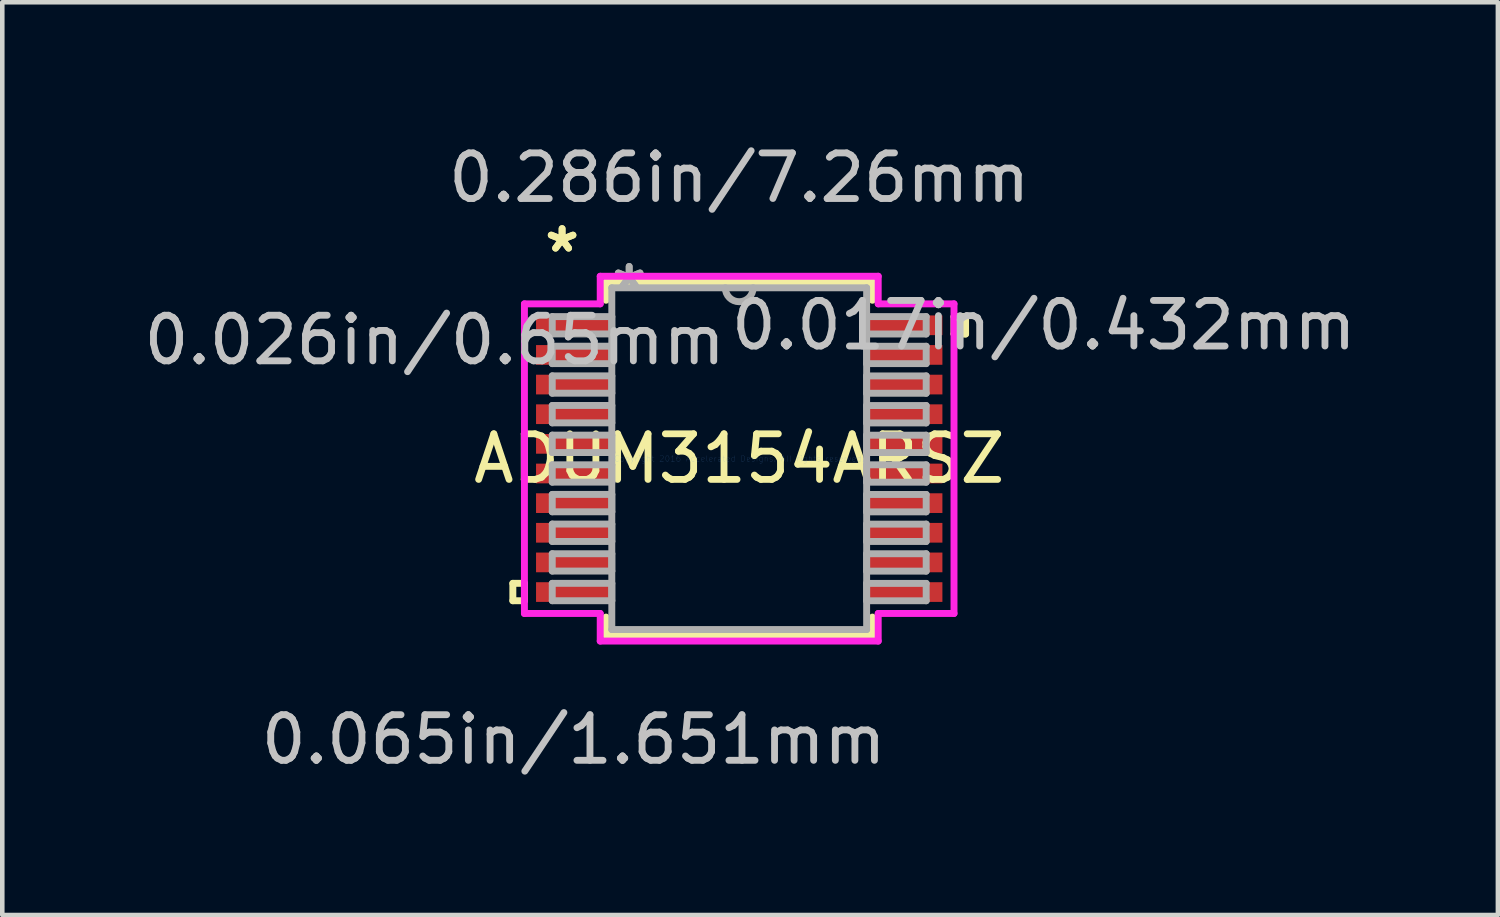
<source format=kicad_pcb>
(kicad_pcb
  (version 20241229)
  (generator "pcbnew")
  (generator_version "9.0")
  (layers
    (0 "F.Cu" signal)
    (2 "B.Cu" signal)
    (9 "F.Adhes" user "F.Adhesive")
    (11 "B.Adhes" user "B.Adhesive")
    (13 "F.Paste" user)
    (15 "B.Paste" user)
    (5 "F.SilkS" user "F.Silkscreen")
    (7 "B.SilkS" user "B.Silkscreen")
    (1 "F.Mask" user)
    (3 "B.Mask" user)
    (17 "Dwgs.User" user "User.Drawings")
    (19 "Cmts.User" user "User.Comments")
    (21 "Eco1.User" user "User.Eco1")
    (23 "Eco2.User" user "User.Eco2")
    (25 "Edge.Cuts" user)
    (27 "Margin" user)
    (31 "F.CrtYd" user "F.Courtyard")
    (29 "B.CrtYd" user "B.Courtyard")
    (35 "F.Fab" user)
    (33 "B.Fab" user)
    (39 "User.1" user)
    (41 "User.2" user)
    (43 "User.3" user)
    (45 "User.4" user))
  (footprint "ADUM3154ARSZ"
    (layer "F.Cu")
    (at 13.16 7.008)
    (property "Reference" "ADUM3154ARSZ" (at 0 0 0) (layer "F.SilkS") (effects (font (size 1 1) (thickness 0.15))))
    (attr through_hole)
    (fp_line (start -4.964 2.734) (end -4.964 3.115) (stroke (width 0.152) (type solid)) (layer "F.SilkS"))
    (fp_line (start -4.964 3.115) (end -4.71 3.115) (stroke (width 0.152) (type solid)) (layer "F.SilkS"))
    (fp_line (start -4.71 2.734) (end -4.964 2.734) (stroke (width 0.152) (type solid)) (layer "F.SilkS"))
    (fp_line (start -4.71 3.115) (end -4.71 2.734) (stroke (width 0.152) (type solid)) (layer "F.SilkS"))
    (fp_line (start -2.921 -3.873) (end -2.921 -3.474) (stroke (width 0.152) (type solid)) (layer "F.SilkS"))
    (fp_line (start -2.921 3.474) (end -2.921 3.873) (stroke (width 0.152) (type solid)) (layer "F.SilkS"))
    (fp_line (start -2.921 3.873) (end 2.921 3.873) (stroke (width 0.152) (type solid)) (layer "F.SilkS"))
    (fp_line (start 2.921 -3.873) (end -2.921 -3.873) (stroke (width 0.152) (type solid)) (layer "F.SilkS"))
    (fp_line (start 2.921 -3.474) (end 2.921 -3.873) (stroke (width 0.152) (type solid)) (layer "F.SilkS"))
    (fp_line (start 2.921 3.873) (end 2.921 3.474) (stroke (width 0.152) (type solid)) (layer "F.SilkS"))
    (fp_line (start 4.71 -3.115) (end 4.964 -3.115) (stroke (width 0.152) (type solid)) (layer "F.SilkS"))
    (fp_line (start 4.71 -2.734) (end 4.71 -3.115) (stroke (width 0.152) (type solid)) (layer "F.SilkS"))
    (fp_line (start 4.964 -3.115) (end 4.964 -2.734) (stroke (width 0.152) (type solid)) (layer "F.SilkS"))
    (fp_line (start 4.964 -2.734) (end 4.71 -2.734) (stroke (width 0.152) (type solid)) (layer "F.SilkS"))
    (fp_line (start -4.71 -3.395) (end -3.048 -3.395) (stroke (width 0.152) (type solid)) (layer "F.CrtYd"))
    (fp_line (start -4.71 3.395) (end -4.71 -3.395) (stroke (width 0.152) (type solid)) (layer "F.CrtYd"))
    (fp_line (start -3.048 -4) (end 3.048 -4) (stroke (width 0.152) (type solid)) (layer "F.CrtYd"))
    (fp_line (start -3.048 -3.395) (end -3.048 -4) (stroke (width 0.152) (type solid)) (layer "F.CrtYd"))
    (fp_line (start -3.048 3.395) (end -4.71 3.395) (stroke (width 0.152) (type solid)) (layer "F.CrtYd"))
    (fp_line (start -3.048 4) (end -3.048 3.395) (stroke (width 0.152) (type solid)) (layer "F.CrtYd"))
    (fp_line (start 3.048 -4) (end 3.048 -3.395) (stroke (width 0.152) (type solid)) (layer "F.CrtYd"))
    (fp_line (start 3.048 -3.395) (end 4.71 -3.395) (stroke (width 0.152) (type solid)) (layer "F.CrtYd"))
    (fp_line (start 3.048 3.395) (end 3.048 4) (stroke (width 0.152) (type solid)) (layer "F.CrtYd"))
    (fp_line (start 3.048 4) (end -3.048 4) (stroke (width 0.152) (type solid)) (layer "F.CrtYd"))
    (fp_line (start 4.71 -3.395) (end 4.71 3.395) (stroke (width 0.152) (type solid)) (layer "F.CrtYd"))
    (fp_line (start 4.71 3.395) (end 3.048 3.395) (stroke (width 0.152) (type solid)) (layer "F.CrtYd"))
    (fp_line (start -4.1 -3.116) (end -4.1 -2.735) (stroke (width 0.152) (type solid)) (layer "F.Fab"))
    (fp_line (start -4.1 -2.735) (end -2.794 -2.735) (stroke (width 0.152) (type solid)) (layer "F.Fab"))
    (fp_line (start -4.1 -2.466) (end -4.1 -2.084) (stroke (width 0.152) (type solid)) (layer "F.Fab"))
    (fp_line (start -4.1 -2.084) (end -2.794 -2.084) (stroke (width 0.152) (type solid)) (layer "F.Fab"))
    (fp_line (start -4.1 -1.816) (end -4.1 -1.435) (stroke (width 0.152) (type solid)) (layer "F.Fab"))
    (fp_line (start -4.1 -1.435) (end -2.794 -1.435) (stroke (width 0.152) (type solid)) (layer "F.Fab"))
    (fp_line (start -4.1 -1.166) (end -4.1 -0.785) (stroke (width 0.152) (type solid)) (layer "F.Fab"))
    (fp_line (start -4.1 -0.785) (end -2.794 -0.785) (stroke (width 0.152) (type solid)) (layer "F.Fab"))
    (fp_line (start -4.1 -0.516) (end -4.1 -0.135) (stroke (width 0.152) (type solid)) (layer "F.Fab"))
    (fp_line (start -4.1 -0.135) (end -2.794 -0.135) (stroke (width 0.152) (type solid)) (layer "F.Fab"))
    (fp_line (start -4.1 0.134) (end -4.1 0.515) (stroke (width 0.152) (type solid)) (layer "F.Fab"))
    (fp_line (start -4.1 0.515) (end -2.794 0.515) (stroke (width 0.152) (type solid)) (layer "F.Fab"))
    (fp_line (start -4.1 0.784) (end -4.1 1.165) (stroke (width 0.152) (type solid)) (layer "F.Fab"))
    (fp_line (start -4.1 1.165) (end -2.794 1.165) (stroke (width 0.152) (type solid)) (layer "F.Fab"))
    (fp_line (start -4.1 1.434) (end -4.1 1.815) (stroke (width 0.152) (type solid)) (layer "F.Fab"))
    (fp_line (start -4.1 1.815) (end -2.794 1.815) (stroke (width 0.152) (type solid)) (layer "F.Fab"))
    (fp_line (start -4.1 2.084) (end -4.1 2.465) (stroke (width 0.152) (type solid)) (layer "F.Fab"))
    (fp_line (start -4.1 2.465) (end -2.794 2.465) (stroke (width 0.152) (type solid)) (layer "F.Fab"))
    (fp_line (start -4.1 2.734) (end -4.1 3.115) (stroke (width 0.152) (type solid)) (layer "F.Fab"))
    (fp_line (start -4.1 3.115) (end -2.794 3.115) (stroke (width 0.152) (type solid)) (layer "F.Fab"))
    (fp_line (start -2.794 -3.747) (end -2.794 3.747) (stroke (width 0.152) (type solid)) (layer "F.Fab"))
    (fp_line (start -2.794 -3.116) (end -4.1 -3.116) (stroke (width 0.152) (type solid)) (layer "F.Fab"))
    (fp_line (start -2.794 -2.735) (end -2.794 -3.116) (stroke (width 0.152) (type solid)) (layer "F.Fab"))
    (fp_line (start -2.794 -2.466) (end -4.1 -2.466) (stroke (width 0.152) (type solid)) (layer "F.Fab"))
    (fp_line (start -2.794 -2.084) (end -2.794 -2.466) (stroke (width 0.152) (type solid)) (layer "F.Fab"))
    (fp_line (start -2.794 -1.816) (end -4.1 -1.816) (stroke (width 0.152) (type solid)) (layer "F.Fab"))
    (fp_line (start -2.794 -1.435) (end -2.794 -1.816) (stroke (width 0.152) (type solid)) (layer "F.Fab"))
    (fp_line (start -2.794 -1.166) (end -4.1 -1.166) (stroke (width 0.152) (type solid)) (layer "F.Fab"))
    (fp_line (start -2.794 -0.785) (end -2.794 -1.166) (stroke (width 0.152) (type solid)) (layer "F.Fab"))
    (fp_line (start -2.794 -0.516) (end -4.1 -0.516) (stroke (width 0.152) (type solid)) (layer "F.Fab"))
    (fp_line (start -2.794 -0.135) (end -2.794 -0.516) (stroke (width 0.152) (type solid)) (layer "F.Fab"))
    (fp_line (start -2.794 0.134) (end -4.1 0.134) (stroke (width 0.152) (type solid)) (layer "F.Fab"))
    (fp_line (start -2.794 0.515) (end -2.794 0.134) (stroke (width 0.152) (type solid)) (layer "F.Fab"))
    (fp_line (start -2.794 0.784) (end -4.1 0.784) (stroke (width 0.152) (type solid)) (layer "F.Fab"))
    (fp_line (start -2.794 1.165) (end -2.794 0.784) (stroke (width 0.152) (type solid)) (layer "F.Fab"))
    (fp_line (start -2.794 1.434) (end -4.1 1.434) (stroke (width 0.152) (type solid)) (layer "F.Fab"))
    (fp_line (start -2.794 1.815) (end -2.794 1.434) (stroke (width 0.152) (type solid)) (layer "F.Fab"))
    (fp_line (start -2.794 2.084) (end -4.1 2.084) (stroke (width 0.152) (type solid)) (layer "F.Fab"))
    (fp_line (start -2.794 2.465) (end -2.794 2.084) (stroke (width 0.152) (type solid)) (layer "F.Fab"))
    (fp_line (start -2.794 2.734) (end -4.1 2.734) (stroke (width 0.152) (type solid)) (layer "F.Fab"))
    (fp_line (start -2.794 3.115) (end -2.794 2.734) (stroke (width 0.152) (type solid)) (layer "F.Fab"))
    (fp_line (start -2.794 3.747) (end 2.794 3.747) (stroke (width 0.152) (type solid)) (layer "F.Fab"))
    (fp_line (start 2.794 -3.747) (end -2.794 -3.747) (stroke (width 0.152) (type solid)) (layer "F.Fab"))
    (fp_line (start 2.794 -3.115) (end 2.794 -2.734) (stroke (width 0.152) (type solid)) (layer "F.Fab"))
    (fp_line (start 2.794 -2.734) (end 4.1 -2.734) (stroke (width 0.152) (type solid)) (layer "F.Fab"))
    (fp_line (start 2.794 -2.465) (end 2.794 -2.084) (stroke (width 0.152) (type solid)) (layer "F.Fab"))
    (fp_line (start 2.794 -2.084) (end 4.1 -2.084) (stroke (width 0.152) (type solid)) (layer "F.Fab"))
    (fp_line (start 2.794 -1.815) (end 2.794 -1.434) (stroke (width 0.152) (type solid)) (layer "F.Fab"))
    (fp_line (start 2.794 -1.434) (end 4.1 -1.434) (stroke (width 0.152) (type solid)) (layer "F.Fab"))
    (fp_line (start 2.794 -1.165) (end 2.794 -0.784) (stroke (width 0.152) (type solid)) (layer "F.Fab"))
    (fp_line (start 2.794 -0.784) (end 4.1 -0.784) (stroke (width 0.152) (type solid)) (layer "F.Fab"))
    (fp_line (start 2.794 -0.515) (end 2.794 -0.134) (stroke (width 0.152) (type solid)) (layer "F.Fab"))
    (fp_line (start 2.794 -0.134) (end 4.1 -0.134) (stroke (width 0.152) (type solid)) (layer "F.Fab"))
    (fp_line (start 2.794 0.135) (end 2.794 0.516) (stroke (width 0.152) (type solid)) (layer "F.Fab"))
    (fp_line (start 2.794 0.516) (end 4.1 0.516) (stroke (width 0.152) (type solid)) (layer "F.Fab"))
    (fp_line (start 2.794 0.785) (end 2.794 1.166) (stroke (width 0.152) (type solid)) (layer "F.Fab"))
    (fp_line (start 2.794 1.166) (end 4.1 1.166) (stroke (width 0.152) (type solid)) (layer "F.Fab"))
    (fp_line (start 2.794 1.435) (end 2.794 1.816) (stroke (width 0.152) (type solid)) (layer "F.Fab"))
    (fp_line (start 2.794 1.816) (end 4.1 1.816) (stroke (width 0.152) (type solid)) (layer "F.Fab"))
    (fp_line (start 2.794 2.085) (end 2.794 2.466) (stroke (width 0.152) (type solid)) (layer "F.Fab"))
    (fp_line (start 2.794 2.466) (end 4.1 2.466) (stroke (width 0.152) (type solid)) (layer "F.Fab"))
    (fp_line (start 2.794 2.735) (end 2.794 3.116) (stroke (width 0.152) (type solid)) (layer "F.Fab"))
    (fp_line (start 2.794 3.116) (end 4.1 3.116) (stroke (width 0.152) (type solid)) (layer "F.Fab"))
    (fp_line (start 2.794 3.747) (end 2.794 -3.747) (stroke (width 0.152) (type solid)) (layer "F.Fab"))
    (fp_line (start 4.1 -3.115) (end 2.794 -3.115) (stroke (width 0.152) (type solid)) (layer "F.Fab"))
    (fp_line (start 4.1 -2.734) (end 4.1 -3.115) (stroke (width 0.152) (type solid)) (layer "F.Fab"))
    (fp_line (start 4.1 -2.465) (end 2.794 -2.465) (stroke (width 0.152) (type solid)) (layer "F.Fab"))
    (fp_line (start 4.1 -2.084) (end 4.1 -2.465) (stroke (width 0.152) (type solid)) (layer "F.Fab"))
    (fp_line (start 4.1 -1.815) (end 2.794 -1.815) (stroke (width 0.152) (type solid)) (layer "F.Fab"))
    (fp_line (start 4.1 -1.434) (end 4.1 -1.815) (stroke (width 0.152) (type solid)) (layer "F.Fab"))
    (fp_line (start 4.1 -1.165) (end 2.794 -1.165) (stroke (width 0.152) (type solid)) (layer "F.Fab"))
    (fp_line (start 4.1 -0.784) (end 4.1 -1.165) (stroke (width 0.152) (type solid)) (layer "F.Fab"))
    (fp_line (start 4.1 -0.515) (end 2.794 -0.515) (stroke (width 0.152) (type solid)) (layer "F.Fab"))
    (fp_line (start 4.1 -0.134) (end 4.1 -0.515) (stroke (width 0.152) (type solid)) (layer "F.Fab"))
    (fp_line (start 4.1 0.135) (end 2.794 0.135) (stroke (width 0.152) (type solid)) (layer "F.Fab"))
    (fp_line (start 4.1 0.516) (end 4.1 0.135) (stroke (width 0.152) (type solid)) (layer "F.Fab"))
    (fp_line (start 4.1 0.785) (end 2.794 0.785) (stroke (width 0.152) (type solid)) (layer "F.Fab"))
    (fp_line (start 4.1 1.166) (end 4.1 0.785) (stroke (width 0.152) (type solid)) (layer "F.Fab"))
    (fp_line (start 4.1 1.435) (end 2.794 1.435) (stroke (width 0.152) (type solid)) (layer "F.Fab"))
    (fp_line (start 4.1 1.816) (end 4.1 1.435) (stroke (width 0.152) (type solid)) (layer "F.Fab"))
    (fp_line (start 4.1 2.085) (end 2.794 2.085) (stroke (width 0.152) (type solid)) (layer "F.Fab"))
    (fp_line (start 4.1 2.466) (end 4.1 2.085) (stroke (width 0.152) (type solid)) (layer "F.Fab"))
    (fp_line (start 4.1 2.735) (end 2.794 2.735) (stroke (width 0.152) (type solid)) (layer "F.Fab"))
    (fp_line (start 4.1 3.116) (end 4.1 2.735) (stroke (width 0.152) (type solid)) (layer "F.Fab"))
    (fp_arc (start 0.3048 -3.7465) (mid 0 -3.4417) (end -0.3048 -3.7465) (stroke (width 0.1524) (type solid)) (layer "F.Fab"))
    (fp_text user "*" (at -3.884 -4.5 0) (layer "F.SilkS") (effects (font (size 1 1) (thickness 0.15))))
    (fp_text user "*" (at -3.884 -4.5 0) (layer "F.SilkS") (effects (font (size 1 1) (thickness 0.15))))
    (fp_text user "0.026in/0.65mm" (at -6.678 -2.6 0) (layer "Dwgs.User") (effects (font (size 1 1) (thickness 0.15))))
    (fp_text user "0.017in/0.432mm" (at 6.678 -2.925 0) (layer "Dwgs.User") (effects (font (size 1 1) (thickness 0.15))))
    (fp_text user "0.286in/7.26mm" (at 0 -6.16 0) (layer "Dwgs.User") (effects (font (size 1 1) (thickness 0.15))))
    (fp_text user "0.065in/1.651mm" (at -3.63 6.16 0) (layer "Dwgs.User") (effects (font (size 1 1) (thickness 0.15))))
    (fp_text user "Copyright 2016 Accelerated Designs. All rights reserved." (at 0 0 0) (layer "Cmts.User") (effects (font (size 0.127 0.127) (thickness 0.002))))
    (fp_text user "*" (at -2.413 -3.67 0) (layer "F.Fab") (effects (font (size 1 1) (thickness 0.15))))
    (fp_text user "*" (at -2.413 -3.67 0) (layer "F.Fab") (effects (font (size 1 1) (thickness 0.15))))
    (pad "1" smd rect (at -3.63 -2.925) (size 1.651 0.432) (layers "F.Cu" "F.Mask" "F.Paste"))
    (pad "2" smd rect (at -3.63 -2.275) (size 1.651 0.432) (layers "F.Cu" "F.Mask" "F.Paste"))
    (pad "3" smd rect (at -3.63 -1.625) (size 1.651 0.432) (layers "F.Cu" "F.Mask" "F.Paste"))
    (pad "4" smd rect (at -3.63 -0.975) (size 1.651 0.432) (layers "F.Cu" "F.Mask" "F.Paste"))
    (pad "5" smd rect (at -3.63 -0.325) (size 1.651 0.432) (layers "F.Cu" "F.Mask" "F.Paste"))
    (pad "6" smd rect (at -3.63 0.325) (size 1.651 0.432) (layers "F.Cu" "F.Mask" "F.Paste"))
    (pad "7" smd rect (at -3.63 0.975) (size 1.651 0.432) (layers "F.Cu" "F.Mask" "F.Paste"))
    (pad "8" smd rect (at -3.63 1.625) (size 1.651 0.432) (layers "F.Cu" "F.Mask" "F.Paste"))
    (pad "9" smd rect (at -3.63 2.275) (size 1.651 0.432) (layers "F.Cu" "F.Mask" "F.Paste"))
    (pad "10" smd rect (at -3.63 2.925) (size 1.651 0.432) (layers "F.Cu" "F.Mask" "F.Paste"))
    (pad "11" smd rect (at 3.63 2.925) (size 1.651 0.432) (layers "F.Cu" "F.Mask" "F.Paste"))
    (pad "12" smd rect (at 3.63 2.275) (size 1.651 0.432) (layers "F.Cu" "F.Mask" "F.Paste"))
    (pad "13" smd rect (at 3.63 1.625) (size 1.651 0.432) (layers "F.Cu" "F.Mask" "F.Paste"))
    (pad "14" smd rect (at 3.63 0.975) (size 1.651 0.432) (layers "F.Cu" "F.Mask" "F.Paste"))
    (pad "15" smd rect (at 3.63 0.325) (size 1.651 0.432) (layers "F.Cu" "F.Mask" "F.Paste"))
    (pad "16" smd rect (at 3.63 -0.325) (size 1.651 0.432) (layers "F.Cu" "F.Mask" "F.Paste"))
    (pad "17" smd rect (at 3.63 -0.975) (size 1.651 0.432) (layers "F.Cu" "F.Mask" "F.Paste"))
    (pad "18" smd rect (at 3.63 -1.625) (size 1.651 0.432) (layers "F.Cu" "F.Mask" "F.Paste"))
    (pad "19" smd rect (at 3.63 -2.275) (size 1.651 0.432) (layers "F.Cu" "F.Mask" "F.Paste"))
    (pad "20" smd rect (at 3.63 -2.925) (size 1.651 0.432) (layers "F.Cu" "F.Mask" "F.Paste")))
  (gr_rect
    (start -3 -3)
    (end 29.797 17.015)
    (stroke (width 0.1) (type default))
    (fill no)
    (layer "Edge.Cuts")))
</source>
